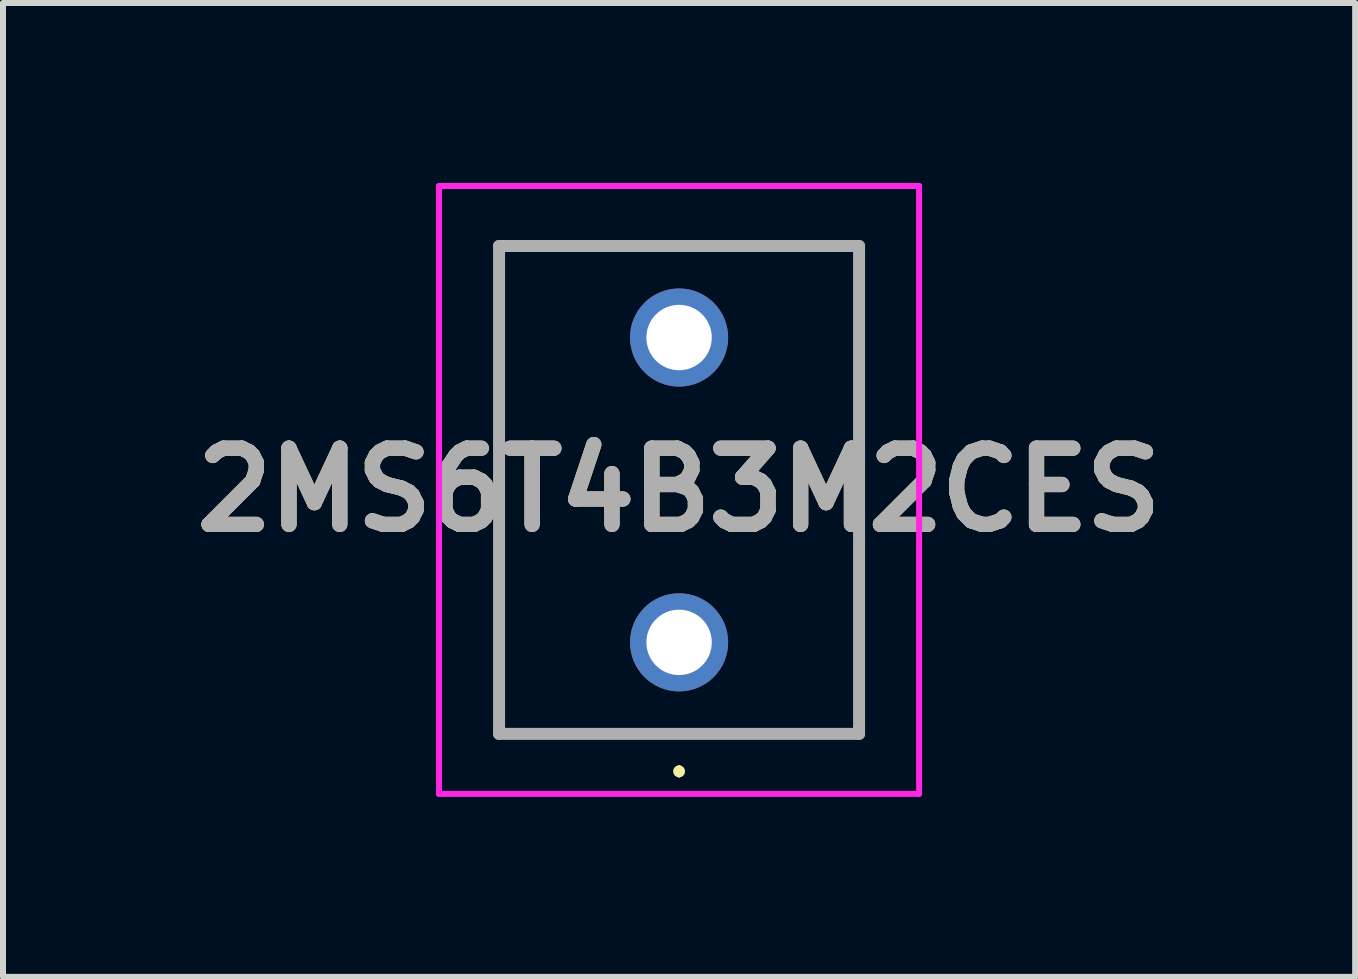
<source format=kicad_pcb>
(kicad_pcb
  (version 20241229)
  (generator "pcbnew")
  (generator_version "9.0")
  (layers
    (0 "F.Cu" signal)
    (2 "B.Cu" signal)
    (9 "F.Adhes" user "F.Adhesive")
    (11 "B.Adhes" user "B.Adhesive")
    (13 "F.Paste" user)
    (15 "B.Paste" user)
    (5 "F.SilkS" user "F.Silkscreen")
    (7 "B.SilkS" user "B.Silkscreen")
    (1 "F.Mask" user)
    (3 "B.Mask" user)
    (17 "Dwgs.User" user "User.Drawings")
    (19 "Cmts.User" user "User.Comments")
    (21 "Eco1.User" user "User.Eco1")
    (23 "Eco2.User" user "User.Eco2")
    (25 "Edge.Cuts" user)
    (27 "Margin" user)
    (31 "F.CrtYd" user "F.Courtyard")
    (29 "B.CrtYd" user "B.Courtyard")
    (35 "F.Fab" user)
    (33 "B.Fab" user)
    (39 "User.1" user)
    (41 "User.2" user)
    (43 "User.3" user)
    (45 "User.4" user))
  (footprint "2MS6T4B3M2CES"
    (layer "F.Cu")
    (at 8.267 7.655)
    (property "Reference" "2MS6T4B3M2CES" (at 0 -2.54 0) (layer "F.SilkS") (effects (font (size 1.27 1.27) (thickness 0.254))))
    (attr through_hole)
    (fp_line (start -3 -6.605) (end 3 -6.605) (stroke (width 0.1) (type solid)) (layer "F.SilkS"))
    (fp_line (start -3 1.525) (end -3 -6.605) (stroke (width 0.1) (type solid)) (layer "F.SilkS"))
    (fp_line (start 0 2.1) (end 0 2.1) (stroke (width 0.1) (type solid)) (layer "F.SilkS"))
    (fp_line (start 0 2.2) (end 0 2.2) (stroke (width 0.1) (type solid)) (layer "F.SilkS"))
    (fp_line (start 3 -6.605) (end 3 1.525) (stroke (width 0.1) (type solid)) (layer "F.SilkS"))
    (fp_line (start 3 1.525) (end -3 1.525) (stroke (width 0.1) (type solid)) (layer "F.SilkS"))
    (fp_arc (start 0 2.1) (mid 0.05 2.15) (end 0 2.2) (stroke (width 0.1) (type solid)) (layer "F.SilkS"))
    (fp_arc (start 0 2.2) (mid -0.05 2.15) (end 0 2.1) (stroke (width 0.1) (type solid)) (layer "F.SilkS"))
    (fp_line (start -4 -7.605) (end 4 -7.605) (stroke (width 0.1) (type solid)) (layer "F.CrtYd"))
    (fp_line (start -4 2.525) (end -4 -7.605) (stroke (width 0.1) (type solid)) (layer "F.CrtYd"))
    (fp_line (start 4 -7.605) (end 4 2.525) (stroke (width 0.1) (type solid)) (layer "F.CrtYd"))
    (fp_line (start 4 2.525) (end -4 2.525) (stroke (width 0.1) (type solid)) (layer "F.CrtYd"))
    (fp_line (start -3 -6.605) (end 3 -6.605) (stroke (width 0.2) (type solid)) (layer "F.Fab"))
    (fp_line (start -3 1.525) (end -3 -6.605) (stroke (width 0.2) (type solid)) (layer "F.Fab"))
    (fp_line (start 3 -6.605) (end 3 1.525) (stroke (width 0.2) (type solid)) (layer "F.Fab"))
    (fp_line (start 3 1.525) (end -3 1.525) (stroke (width 0.2) (type solid)) (layer "F.Fab"))
    (fp_text user "${REFERENCE}" (at 0 -2.54 0) (layer "F.Fab") (effects (font (size 1.27 1.27) (thickness 0.254))))
    (pad "1" thru_hole circle (at 0 0) (size 1.635 1.635) (drill 1.09) (layers "*.Cu" "*.Mask"))
    (pad "3" thru_hole circle (at 0 -5.08) (size 1.635 1.635) (drill 1.09) (layers "*.Cu" "*.Mask")))
  (gr_rect
    (start -3 -3)
    (end 19.534 13.23)
    (stroke (width 0.1) (type default))
    (fill no)
    (layer "Edge.Cuts")))
</source>
